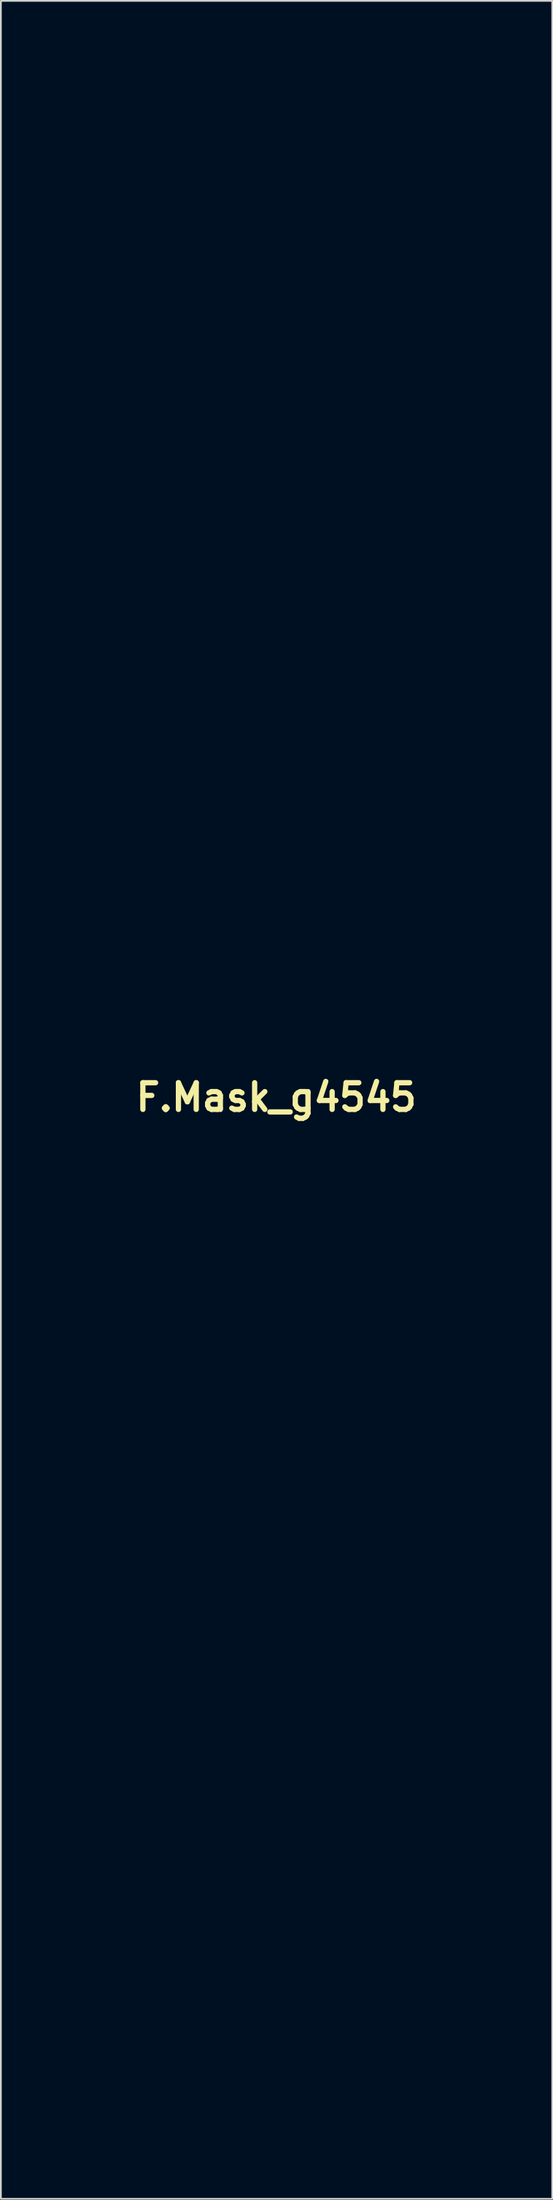
<source format=kicad_pcb>
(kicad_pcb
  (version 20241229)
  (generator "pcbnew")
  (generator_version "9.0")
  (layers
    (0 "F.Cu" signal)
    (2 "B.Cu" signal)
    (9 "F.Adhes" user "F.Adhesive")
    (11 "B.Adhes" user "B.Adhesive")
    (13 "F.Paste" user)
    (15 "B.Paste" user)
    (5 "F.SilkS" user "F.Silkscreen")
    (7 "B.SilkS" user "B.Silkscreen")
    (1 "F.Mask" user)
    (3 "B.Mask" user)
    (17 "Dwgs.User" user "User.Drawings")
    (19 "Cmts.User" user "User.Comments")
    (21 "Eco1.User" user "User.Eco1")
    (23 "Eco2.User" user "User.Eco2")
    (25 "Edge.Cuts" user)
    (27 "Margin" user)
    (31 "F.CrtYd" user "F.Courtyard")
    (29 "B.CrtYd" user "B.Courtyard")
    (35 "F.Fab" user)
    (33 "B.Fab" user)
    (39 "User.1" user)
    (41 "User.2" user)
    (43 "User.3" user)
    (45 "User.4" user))
  (footprint "F.Mask_g4545"
    (layer "F.Cu")
    (at 12.734 59.617)
    (property "Reference" "F.Mask_g4545" (at 0 0 0) (layer "F.SilkS") (effects (font (size 1.524 1.524) (thickness 0.3))))
    (attr through_hole)
    (fp_poly (pts (xy -11.382 11.137) (xy -11.291 11.159) (xy -11.235 11.13) (xy -11.16 11.101) (xy -11.109 11.135) (xy -11.102 11.209) (xy -11.123 11.26) (xy -11.149 11.332) (xy -11.138 11.364) (xy -11.099 11.428) (xy -11.074 11.543) (xy -11.067 11.677) (xy -11.076 11.768) (xy -11.117 11.863) (xy -11.198 11.991) (xy -11.304 12.126) (xy -11.308 12.13) (xy -11.437 12.294) (xy -11.503 12.42) (xy -11.515 12.487) (xy -11.537 12.645) (xy -11.6 12.73) (xy -11.696 12.74) (xy -11.816 12.671) (xy -11.87 12.62) (xy -11.954 12.543) (xy -12.022 12.521) (xy -12.103 12.542) (xy -12.263 12.566) (xy -12.402 12.521) (xy -12.503 12.424) (xy -12.551 12.29) (xy -12.533 12.138) (xy -12.51 12.049) (xy -12.527 11.981) (xy -12.592 11.899) (xy -12.619 11.871) (xy -12.706 11.752) (xy -12.727 11.651) (xy -12.686 11.581) (xy -12.59 11.557) (xy -12.414 11.523) (xy -12.235 11.433) (xy -12.107 11.326) (xy -11.937 11.187) (xy -11.744 11.106) (xy -11.55 11.089) (xy -11.382 11.137)) (stroke (width 0.01) (type solid)) (fill yes) (layer "F.Mask"))
    (fp_poly (pts (xy -11.468 -36.032) (xy -11.461 -36.03) (xy -11.331 -36.005) (xy -11.219 -36.011) (xy -11.137 -36.022) (xy -11.102 -35.997) (xy -11.094 -35.915) (xy -11.094 -35.872) (xy -11.088 -35.714) (xy -11.071 -35.55) (xy -11.069 -35.539) (xy -11.059 -35.464) (xy -11.061 -35.402) (xy -11.081 -35.338) (xy -11.129 -35.256) (xy -11.211 -35.14) (xy -11.335 -34.977) (xy -11.377 -34.922) (xy -11.479 -34.755) (xy -11.515 -34.61) (xy -11.54 -34.474) (xy -11.607 -34.392) (xy -11.67 -34.375) (xy -11.732 -34.401) (xy -11.826 -34.467) (xy -11.869 -34.502) (xy -11.968 -34.58) (xy -12.042 -34.606) (xy -12.121 -34.589) (xy -12.124 -34.588) (xy -12.28 -34.564) (xy -12.407 -34.613) (xy -12.492 -34.722) (xy -12.524 -34.882) (xy -12.52 -34.944) (xy -12.514 -35.074) (xy -12.54 -35.158) (xy -12.599 -35.226) (xy -12.699 -35.352) (xy -12.728 -35.464) (xy -12.689 -35.551) (xy -12.585 -35.598) (xy -12.523 -35.602) (xy -12.399 -35.617) (xy -12.277 -35.67) (xy -12.137 -35.772) (xy -12.037 -35.86) (xy -11.844 -35.996) (xy -11.651 -36.054) (xy -11.468 -36.032)) (stroke (width 0.01) (type solid)) (fill yes) (layer "F.Mask"))
    (fp_poly (pts (xy 0.334 -0.663) (xy 0.445 -0.634) (xy 0.519 -0.632) (xy 0.532 -0.64) (xy 0.589 -0.685) (xy 0.641 -0.66) (xy 0.671 -0.579) (xy 0.672 -0.54) (xy 0.678 -0.399) (xy 0.698 -0.25) (xy 0.699 -0.246) (xy 0.713 -0.069) (xy 0.673 0.086) (xy 0.569 0.245) (xy 0.513 0.309) (xy 0.373 0.476) (xy 0.291 0.609) (xy 0.257 0.728) (xy 0.254 0.772) (xy 0.225 0.887) (xy 0.152 0.961) (xy 0.099 0.974) (xy 0.036 0.948) (xy -0.058 0.882) (xy -0.094 0.852) (xy -0.196 0.775) (xy -0.274 0.754) (xy -0.332 0.767) (xy -0.488 0.788) (xy -0.62 0.738) (xy -0.714 0.632) (xy -0.753 0.482) (xy -0.748 0.395) (xy -0.741 0.283) (xy -0.775 0.192) (xy -0.848 0.098) (xy -0.924 0.003) (xy -0.969 -0.067) (xy -0.974 -0.083) (xy -0.936 -0.161) (xy -0.841 -0.223) (xy -0.718 -0.253) (xy -0.697 -0.254) (xy -0.591 -0.271) (xy -0.48 -0.33) (xy -0.344 -0.44) (xy -0.15 -0.592) (xy 0.018 -0.675) (xy 0.178 -0.696) (xy 0.334 -0.663)) (stroke (width 0.01) (type solid)) (fill yes) (layer "F.Mask"))
    (fp_poly (pts (xy 12.047 58.227) (xy 12.111 58.246) (xy 12.235 58.271) (xy 12.341 58.268) (xy 12.432 58.27) (xy 12.476 58.317) (xy 12.455 58.388) (xy 12.452 58.392) (xy 12.433 58.472) (xy 12.448 58.506) (xy 12.477 58.603) (xy 12.486 58.745) (xy 12.476 58.894) (xy 12.447 59.013) (xy 12.441 59.026) (xy 12.384 59.112) (xy 12.293 59.222) (xy 12.246 59.273) (xy 12.116 59.456) (xy 12.06 59.631) (xy 12.012 59.797) (xy 11.943 59.885) (xy 11.888 59.901) (xy 11.841 59.877) (xy 11.757 59.814) (xy 11.721 59.785) (xy 11.614 59.71) (xy 11.508 59.681) (xy 11.385 59.683) (xy 11.256 59.685) (xy 11.175 59.66) (xy 11.108 59.595) (xy 11.097 59.582) (xy 11.018 59.434) (xy 11.021 59.291) (xy 11.047 59.228) (xy 11.06 59.163) (xy 11.017 59.089) (xy 10.963 59.032) (xy 10.861 58.907) (xy 10.84 58.804) (xy 10.9 58.726) (xy 11.041 58.673) (xy 11.104 58.661) (xy 11.263 58.604) (xy 11.444 58.474) (xy 11.477 58.445) (xy 11.678 58.295) (xy 11.865 58.224) (xy 12.047 58.227)) (stroke (width 0.01) (type solid)) (fill yes) (layer "F.Mask"))
    (fp_poly (pts (xy 11.618 -36.002) (xy 11.815 -35.869) (xy 11.825 -35.86) (xy 11.986 -35.724) (xy 12.115 -35.644) (xy 12.235 -35.608) (xy 12.315 -35.602) (xy 12.437 -35.573) (xy 12.491 -35.513) (xy 12.512 -35.448) (xy 12.489 -35.383) (xy 12.411 -35.293) (xy 12.407 -35.288) (xy 12.324 -35.189) (xy 12.294 -35.105) (xy 12.302 -35.019) (xy 12.312 -34.83) (xy 12.254 -34.692) (xy 12.141 -34.61) (xy 11.997 -34.576) (xy 11.885 -34.596) (xy 11.8 -34.616) (xy 11.731 -34.596) (xy 11.644 -34.524) (xy 11.626 -34.507) (xy 11.514 -34.411) (xy 11.436 -34.379) (xy 11.375 -34.406) (xy 11.356 -34.428) (xy 11.323 -34.502) (xy 11.294 -34.619) (xy 11.29 -34.643) (xy 11.246 -34.783) (xy 11.167 -34.924) (xy 11.146 -34.952) (xy 11.011 -35.122) (xy 10.922 -35.244) (xy 10.871 -35.336) (xy 10.849 -35.414) (xy 10.85 -35.496) (xy 10.858 -35.56) (xy 10.875 -35.715) (xy 10.883 -35.862) (xy 10.883 -35.893) (xy 10.886 -35.988) (xy 10.917 -36.021) (xy 10.992 -36.014) (xy 11.118 -36.012) (xy 11.226 -36.035) (xy 11.419 -36.058) (xy 11.618 -36.002)) (stroke (width 0.01) (type solid)) (fill yes) (layer "F.Mask"))
    (fp_poly (pts (xy -11.982 -59.588) (xy -11.864 -59.525) (xy -11.724 -59.41) (xy -11.705 -59.394) (xy -11.556 -59.27) (xy -11.442 -59.203) (xy -11.344 -59.182) (xy -11.342 -59.182) (xy -11.193 -59.161) (xy -11.089 -59.106) (xy -11.049 -59.025) (xy -11.049 -59.024) (xy -11.077 -58.951) (xy -11.147 -58.855) (xy -11.178 -58.821) (xy -11.257 -58.729) (xy -11.282 -58.659) (xy -11.265 -58.58) (xy -11.263 -58.575) (xy -11.246 -58.421) (xy -11.306 -58.279) (xy -11.411 -58.182) (xy -11.508 -58.134) (xy -11.601 -58.14) (xy -11.655 -58.158) (xy -11.744 -58.184) (xy -11.811 -58.17) (xy -11.892 -58.105) (xy -11.917 -58.081) (xy -12.042 -57.983) (xy -12.142 -57.959) (xy -12.226 -58.005) (xy -12.262 -58.081) (xy -12.277 -58.19) (xy -12.297 -58.295) (xy -12.365 -58.423) (xy -12.487 -58.588) (xy -12.634 -58.795) (xy -12.713 -58.97) (xy -12.729 -59.126) (xy -12.703 -59.238) (xy -12.677 -59.359) (xy -12.682 -59.455) (xy -12.681 -59.55) (xy -12.632 -59.592) (xy -12.555 -59.566) (xy -12.55 -59.561) (xy -12.474 -59.534) (xy -12.435 -59.554) (xy -12.353 -59.591) (xy -12.277 -59.606) (xy -12.11 -59.612) (xy -11.982 -59.588)) (stroke (width 0.01) (type solid)) (fill yes) (layer "F.Mask"))
    (fp_poly (pts (xy -11.961 58.274) (xy -11.76 58.411) (xy -11.754 58.417) (xy -11.594 58.552) (xy -11.465 58.632) (xy -11.345 58.669) (xy -11.265 58.674) (xy -11.143 58.703) (xy -11.089 58.763) (xy -11.068 58.825) (xy -11.088 58.886) (xy -11.157 58.971) (xy -11.197 59.012) (xy -11.286 59.117) (xy -11.316 59.184) (xy -11.307 59.201) (xy -11.273 59.263) (xy -11.261 59.372) (xy -11.273 59.491) (xy -11.288 59.543) (xy -11.361 59.627) (xy -11.483 59.682) (xy -11.621 59.695) (xy -11.695 59.68) (xy -11.779 59.66) (xy -11.849 59.681) (xy -11.936 59.752) (xy -11.954 59.769) (xy -12.065 59.865) (xy -12.144 59.897) (xy -12.204 59.87) (xy -12.223 59.849) (xy -12.257 59.774) (xy -12.286 59.658) (xy -12.29 59.633) (xy -12.346 59.474) (xy -12.459 59.301) (xy -12.476 59.28) (xy -12.603 59.124) (xy -12.682 59.008) (xy -12.721 58.911) (xy -12.729 58.812) (xy -12.719 58.716) (xy -12.704 58.561) (xy -12.697 58.414) (xy -12.697 58.384) (xy -12.693 58.289) (xy -12.664 58.257) (xy -12.6 58.267) (xy -12.487 58.271) (xy -12.365 58.246) (xy -12.164 58.219) (xy -11.961 58.274)) (stroke (width 0.01) (type solid)) (fill yes) (layer "F.Mask"))
    (fp_poly (pts (xy 11.534 11.12) (xy 11.731 11.22) (xy 11.855 11.317) (xy 12.044 11.462) (xy 12.208 11.534) (xy 12.227 11.538) (xy 12.344 11.559) (xy 12.428 11.578) (xy 12.435 11.58) (xy 12.484 11.632) (xy 12.48 11.723) (xy 12.431 11.832) (xy 12.361 11.917) (xy 12.279 12.014) (xy 12.272 12.076) (xy 12.276 12.082) (xy 12.318 12.176) (xy 12.308 12.302) (xy 12.252 12.425) (xy 12.215 12.469) (xy 12.102 12.543) (xy 11.974 12.573) (xy 11.862 12.554) (xy 11.828 12.53) (xy 11.77 12.528) (xy 11.678 12.6) (xy 11.663 12.615) (xy 11.557 12.698) (xy 11.449 12.739) (xy 11.364 12.732) (xy 11.326 12.689) (xy 11.308 12.614) (xy 11.287 12.499) (xy 11.284 12.483) (xy 11.233 12.343) (xy 11.133 12.188) (xy 11.097 12.144) (xy 10.998 12.025) (xy 10.918 11.917) (xy 10.886 11.867) (xy 10.845 11.723) (xy 10.844 11.559) (xy 10.881 11.427) (xy 10.9 11.314) (xy 10.883 11.267) (xy 10.867 11.177) (xy 10.912 11.124) (xy 10.998 11.13) (xy 11.013 11.137) (xy 11.122 11.153) (xy 11.182 11.13) (xy 11.346 11.089) (xy 11.534 11.12)) (stroke (width 0.01) (type solid)) (fill yes) (layer "F.Mask"))
    (fp_poly (pts (xy 11.993 -59.612) (xy 12.138 -59.59) (xy 12.224 -59.554) (xy 12.295 -59.536) (xy 12.338 -59.561) (xy 12.416 -59.592) (xy 12.468 -59.554) (xy 12.472 -59.463) (xy 12.471 -59.458) (xy 12.468 -59.35) (xy 12.494 -59.226) (xy 12.494 -59.225) (xy 12.517 -59.054) (xy 12.468 -58.87) (xy 12.345 -58.664) (xy 12.257 -58.553) (xy 12.14 -58.401) (xy 12.08 -58.282) (xy 12.065 -58.192) (xy 12.041 -58.046) (xy 11.974 -57.97) (xy 11.874 -57.967) (xy 11.75 -58.039) (xy 11.704 -58.081) (xy 11.617 -58.16) (xy 11.551 -58.185) (xy 11.47 -58.168) (xy 11.444 -58.158) (xy 11.336 -58.131) (xy 11.247 -58.153) (xy 11.2 -58.182) (xy 11.079 -58.302) (xy 11.031 -58.447) (xy 11.052 -58.575) (xy 11.071 -58.656) (xy 11.048 -58.725) (xy 10.971 -58.815) (xy 10.966 -58.821) (xy 10.886 -58.918) (xy 10.841 -59.003) (xy 10.837 -59.024) (xy 10.876 -59.104) (xy 10.979 -59.16) (xy 11.127 -59.182) (xy 11.13 -59.182) (xy 11.228 -59.202) (xy 11.342 -59.268) (xy 11.489 -59.39) (xy 11.493 -59.394) (xy 11.621 -59.498) (xy 11.736 -59.576) (xy 11.817 -59.611) (xy 11.822 -59.612) (xy 11.993 -59.612)) (stroke (width 0.01) (type solid)) (fill yes) (layer "F.Mask"))
    (fp_poly (pts (xy 11.783 -48.05) (xy 11.876 -47.927) (xy 11.946 -47.732) (xy 12.021 -47.538) (xy 12.136 -47.401) (xy 12.308 -47.306) (xy 12.416 -47.27) (xy 12.611 -47.197) (xy 12.726 -47.112) (xy 12.766 -47.011) (xy 12.745 -46.911) (xy 12.638 -46.737) (xy 12.491 -46.613) (xy 12.323 -46.553) (xy 12.291 -46.551) (xy 12.182 -46.555) (xy 12.124 -46.593) (xy 12.084 -46.685) (xy 12.083 -46.689) (xy 12.036 -46.832) (xy 11.985 -46.572) (xy 11.948 -46.414) (xy 11.91 -46.333) (xy 11.866 -46.326) (xy 11.808 -46.384) (xy 11.797 -46.399) (xy 11.725 -46.462) (xy 11.626 -46.458) (xy 11.545 -46.45) (xy 11.515 -46.468) (xy 11.533 -46.522) (xy 11.583 -46.628) (xy 11.652 -46.765) (xy 11.664 -46.787) (xy 11.746 -46.958) (xy 11.777 -47.062) (xy 11.766 -47.097) (xy 11.709 -47.093) (xy 11.599 -47.054) (xy 11.459 -46.99) (xy 11.427 -46.973) (xy 11.289 -46.905) (xy 11.185 -46.861) (xy 11.132 -46.849) (xy 11.129 -46.852) (xy 11.128 -46.916) (xy 11.132 -46.981) (xy 11.104 -47.084) (xy 11.043 -47.156) (xy 10.945 -47.235) (xy 11.114 -47.281) (xy 11.25 -47.313) (xy 11.37 -47.331) (xy 11.388 -47.332) (xy 11.451 -47.337) (xy 11.447 -47.353) (xy 11.371 -47.389) (xy 11.356 -47.396) (xy 11.261 -47.45) (xy 11.224 -47.523) (xy 11.218 -47.609) (xy 11.233 -47.721) (xy 11.289 -47.823) (xy 11.383 -47.926) (xy 11.536 -48.05) (xy 11.67 -48.091) (xy 11.783 -48.05)) (stroke (width 0.01) (type solid)) (fill yes) (layer "F.Mask"))
    (fp_poly (pts (xy -11.378 -48.057) (xy -11.254 -47.97) (xy -11.141 -47.85) (xy -11.056 -47.716) (xy -11.015 -47.591) (xy -11.022 -47.518) (xy -11.077 -47.457) (xy -11.174 -47.399) (xy -11.18 -47.396) (xy -11.312 -47.341) (xy -11.107 -47.313) (xy -10.972 -47.288) (xy -10.867 -47.258) (xy -10.837 -47.245) (xy -10.802 -47.208) (xy -10.831 -47.166) (xy -10.872 -47.135) (xy -10.941 -47.064) (xy -10.948 -46.971) (xy -10.942 -46.944) (xy -10.93 -46.857) (xy -10.939 -46.821) (xy -10.939 -46.821) (xy -10.986 -46.839) (xy -11.086 -46.888) (xy -11.221 -46.957) (xy -11.246 -46.971) (xy -11.422 -47.056) (xy -11.534 -47.087) (xy -11.585 -47.062) (xy -11.578 -46.978) (xy -11.515 -46.831) (xy -11.482 -46.766) (xy -11.399 -46.605) (xy -11.358 -46.506) (xy -11.356 -46.457) (xy -11.393 -46.446) (xy -11.45 -46.457) (xy -11.548 -46.457) (xy -11.609 -46.398) (xy -11.677 -46.323) (xy -11.733 -46.332) (xy -11.776 -46.421) (xy -11.792 -46.504) (xy -11.821 -46.642) (xy -11.854 -46.711) (xy -11.887 -46.704) (xy -11.908 -46.651) (xy -11.964 -46.565) (xy -12.059 -46.535) (xy -12.178 -46.552) (xy -12.305 -46.608) (xy -12.423 -46.695) (xy -12.516 -46.805) (xy -12.567 -46.929) (xy -12.573 -46.985) (xy -12.549 -47.095) (xy -12.469 -47.18) (xy -12.322 -47.249) (xy -12.203 -47.284) (xy -11.998 -47.372) (xy -11.858 -47.507) (xy -11.79 -47.674) (xy -11.735 -47.857) (xy -11.653 -47.997) (xy -11.554 -48.077) (xy -11.496 -48.091) (xy -11.378 -48.057)) (stroke (width 0.01) (type solid)) (fill yes) (layer "F.Mask"))
    (fp_poly (pts (xy -11.357 -0.904) (xy -11.229 -0.817) (xy -11.122 -0.701) (xy -11.057 -0.573) (xy -11.049 -0.529) (xy -11.044 -0.393) (xy -11.077 -0.315) (xy -11.158 -0.27) (xy -11.187 -0.262) (xy -11.26 -0.24) (xy -11.277 -0.224) (xy -11.23 -0.206) (xy -11.11 -0.179) (xy -11.081 -0.173) (xy -10.915 -0.13) (xy -10.829 -0.089) (xy -10.821 -0.046) (xy -10.883 0.002) (xy -10.948 0.063) (xy -10.956 0.163) (xy -10.955 0.173) (xy -10.953 0.26) (xy -10.973 0.296) (xy -10.973 0.296) (xy -11.027 0.278) (xy -11.132 0.232) (xy -11.261 0.169) (xy -11.395 0.104) (xy -11.502 0.059) (xy -11.556 0.042) (xy -11.595 0.074) (xy -11.585 0.164) (xy -11.528 0.302) (xy -11.472 0.402) (xy -11.387 0.557) (xy -11.351 0.653) (xy -11.366 0.697) (xy -11.429 0.699) (xy -11.457 0.693) (xy -11.555 0.689) (xy -11.631 0.749) (xy -11.645 0.766) (xy -11.721 0.867) (xy -11.76 0.762) (xy -11.794 0.649) (xy -11.828 0.509) (xy -11.832 0.487) (xy -11.865 0.318) (xy -11.902 0.452) (xy -11.964 0.574) (xy -12.062 0.622) (xy -12.199 0.595) (xy -12.377 0.495) (xy -12.478 0.396) (xy -12.555 0.269) (xy -12.594 0.143) (xy -12.589 0.064) (xy -12.518 -0.017) (xy -12.384 -0.09) (xy -12.206 -0.144) (xy -12.177 -0.15) (xy -12.046 -0.196) (xy -11.926 -0.275) (xy -11.839 -0.365) (xy -11.811 -0.439) (xy -11.793 -0.547) (xy -11.747 -0.681) (xy -11.686 -0.811) (xy -11.625 -0.907) (xy -11.595 -0.934) (xy -11.486 -0.948) (xy -11.357 -0.904)) (stroke (width 0.01) (type solid)) (fill yes) (layer "F.Mask"))
    (fp_poly (pts (xy 0.317 57.978) (xy 0.443 58.03) (xy 0.562 58.115) (xy 0.598 58.151) (xy 0.708 58.311) (xy 0.751 58.454) (xy 0.726 58.57) (xy 0.634 58.648) (xy 0.587 58.663) (xy 0.522 58.683) (xy 0.511 58.699) (xy 0.563 58.718) (xy 0.689 58.745) (xy 0.715 58.751) (xy 0.876 58.791) (xy 0.956 58.832) (xy 0.959 58.876) (xy 0.89 58.928) (xy 0.886 58.929) (xy 0.826 58.983) (xy 0.82 59.068) (xy 0.826 59.1) (xy 0.835 59.187) (xy 0.818 59.224) (xy 0.817 59.224) (xy 0.764 59.206) (xy 0.659 59.156) (xy 0.521 59.087) (xy 0.499 59.075) (xy 0.329 58.993) (xy 0.224 58.962) (xy 0.189 58.973) (xy 0.194 59.03) (xy 0.232 59.14) (xy 0.297 59.281) (xy 0.316 59.318) (xy 0.472 59.616) (xy 0.34 59.596) (xy 0.231 59.597) (xy 0.169 59.648) (xy 0.166 59.655) (xy 0.106 59.724) (xy 0.047 59.709) (xy -0.001 59.624) (xy -0.033 59.5) (xy -0.042 59.412) (xy -0.058 59.327) (xy -0.095 59.317) (xy -0.135 59.382) (xy -0.144 59.415) (xy -0.177 59.487) (xy -0.246 59.517) (xy -0.323 59.521) (xy -0.468 59.485) (xy -0.611 59.392) (xy -0.728 59.263) (xy -0.796 59.122) (xy -0.804 59.058) (xy -0.794 58.969) (xy -0.748 58.909) (xy -0.646 58.852) (xy -0.624 58.842) (xy -0.493 58.792) (xy -0.378 58.763) (xy -0.347 58.76) (xy -0.243 58.722) (xy -0.138 58.627) (xy -0.053 58.498) (xy -0.018 58.399) (xy 0.036 58.229) (xy 0.106 58.086) (xy 0.182 57.994) (xy 0.217 57.974) (xy 0.317 57.978)) (stroke (width 0.01) (type solid)) (fill yes) (layer "F.Mask"))
    (fp_poly (pts (xy 11.774 -0.936) (xy 11.849 -0.839) (xy 11.916 -0.705) (xy 11.959 -0.56) (xy 12.005 -0.437) (xy 12.088 -0.315) (xy 12.187 -0.218) (xy 12.279 -0.171) (xy 12.294 -0.169) (xy 12.405 -0.148) (xy 12.539 -0.096) (xy 12.661 -0.028) (xy 12.74 0.039) (xy 12.746 0.05) (xy 12.762 0.163) (xy 12.713 0.292) (xy 12.609 0.42) (xy 12.463 0.529) (xy 12.432 0.545) (xy 12.313 0.602) (xy 12.242 0.621) (xy 12.192 0.606) (xy 12.151 0.572) (xy 12.081 0.48) (xy 12.055 0.408) (xy 12.039 0.392) (xy 12.014 0.451) (xy 11.986 0.56) (xy 11.942 0.727) (xy 11.9 0.813) (xy 11.857 0.822) (xy 11.812 0.763) (xy 11.728 0.691) (xy 11.64 0.677) (xy 11.552 0.671) (xy 11.515 0.655) (xy 11.515 0.655) (xy 11.532 0.609) (xy 11.579 0.509) (xy 11.642 0.381) (xy 11.707 0.246) (xy 11.752 0.14) (xy 11.769 0.086) (xy 11.737 0.046) (xy 11.647 0.056) (xy 11.509 0.114) (xy 11.409 0.169) (xy 11.254 0.255) (xy 11.158 0.291) (xy 11.114 0.276) (xy 11.112 0.212) (xy 11.118 0.185) (xy 11.122 0.087) (xy 11.062 0.01) (xy 11.045 -0.003) (xy 10.993 -0.046) (xy 10.978 -0.077) (xy 11.012 -0.105) (xy 11.106 -0.138) (xy 11.269 -0.185) (xy 11.291 -0.191) (xy 11.387 -0.222) (xy 11.421 -0.244) (xy 11.401 -0.25) (xy 11.292 -0.289) (xy 11.229 -0.38) (xy 11.214 -0.506) (xy 11.25 -0.645) (xy 11.333 -0.772) (xy 11.442 -0.864) (xy 11.573 -0.938) (xy 11.69 -0.973) (xy 11.704 -0.974) (xy 11.774 -0.936)) (stroke (width 0.01) (type solid)) (fill yes) (layer "F.Mask"))
    (fp_poly (pts (xy -0.003 10.884) (xy 0.084 11.005) (xy 0.137 11.128) (xy 0.167 11.232) (xy 0.169 11.256) (xy 0.206 11.366) (xy 0.303 11.48) (xy 0.439 11.578) (xy 0.589 11.641) (xy 0.792 11.713) (xy 0.922 11.798) (xy 0.973 11.894) (xy 0.974 11.906) (xy 0.939 12.04) (xy 0.85 12.176) (xy 0.726 12.294) (xy 0.59 12.375) (xy 0.46 12.4) (xy 0.443 12.398) (xy 0.371 12.352) (xy 0.299 12.258) (xy 0.286 12.234) (xy 0.239 12.145) (xy 0.217 12.127) (xy 0.212 12.174) (xy 0.211 12.192) (xy 0.201 12.301) (xy 0.175 12.425) (xy 0.141 12.536) (xy 0.107 12.605) (xy 0.093 12.615) (xy 0.05 12.584) (xy 0.008 12.528) (xy -0.053 12.467) (xy -0.144 12.462) (xy -0.171 12.468) (xy -0.259 12.479) (xy -0.296 12.468) (xy -0.296 12.467) (xy -0.277 12.419) (xy -0.226 12.318) (xy -0.154 12.184) (xy -0.143 12.164) (xy -0.056 11.994) (xy -0.024 11.887) (xy -0.05 11.84) (xy -0.137 11.851) (xy -0.287 11.916) (xy -0.344 11.945) (xy -0.482 12.017) (xy -0.592 12.073) (xy -0.65 12.101) (xy -0.652 12.102) (xy -0.671 12.078) (xy -0.666 11.998) (xy -0.664 11.987) (xy -0.658 11.881) (xy -0.705 11.81) (xy -0.73 11.792) (xy -0.788 11.732) (xy -0.772 11.684) (xy -0.678 11.642) (xy -0.529 11.608) (xy -0.407 11.585) (xy -0.359 11.568) (xy -0.376 11.548) (xy -0.435 11.522) (xy -0.548 11.441) (xy -0.589 11.327) (xy -0.558 11.189) (xy -0.456 11.038) (xy -0.396 10.977) (xy -0.245 10.864) (xy -0.114 10.833) (xy -0.003 10.884)) (stroke (width 0.01) (type solid)) (fill yes) (layer "F.Mask")))
  (gr_rect
    (start -3 -3)
    (end 28.505 122.523)
    (stroke (width 0.1) (type default))
    (fill no)
    (layer "Edge.Cuts")))
</source>
